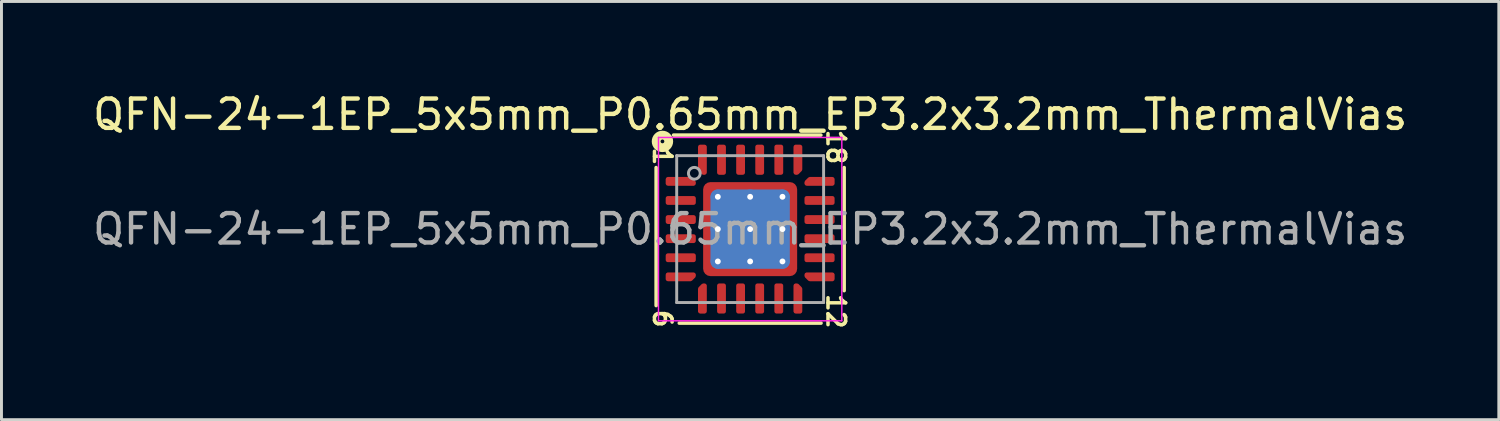
<source format=kicad_pcb>
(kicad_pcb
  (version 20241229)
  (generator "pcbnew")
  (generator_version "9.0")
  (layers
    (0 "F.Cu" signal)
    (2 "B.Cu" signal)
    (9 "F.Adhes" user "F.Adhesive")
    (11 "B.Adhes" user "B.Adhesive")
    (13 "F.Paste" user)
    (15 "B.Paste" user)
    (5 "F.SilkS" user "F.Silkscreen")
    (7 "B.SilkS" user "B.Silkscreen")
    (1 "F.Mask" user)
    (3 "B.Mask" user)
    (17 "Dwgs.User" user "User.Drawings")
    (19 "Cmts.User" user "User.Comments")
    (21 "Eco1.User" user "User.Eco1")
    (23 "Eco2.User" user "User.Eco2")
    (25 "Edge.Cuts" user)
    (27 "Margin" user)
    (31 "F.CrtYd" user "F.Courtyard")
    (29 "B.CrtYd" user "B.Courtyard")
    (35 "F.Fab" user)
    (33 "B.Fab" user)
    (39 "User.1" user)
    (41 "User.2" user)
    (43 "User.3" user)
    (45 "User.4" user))
  (footprint "QFN-24-1EP_5x5mm_P0.65mm_EP3.2x3.2mm_ThermalVias"
    (layer "F.Cu")
    (at 22.482 4.748)
    (property "Reference" "QFN-24-1EP_5x5mm_P0.65mm_EP3.2x3.2mm_ThermalVias" (at 0 -3.9 0) (layer "F.SilkS") (effects (font (size 1 1) (thickness 0.15))))
    (attr smd)
    (fp_line (start -3.2 -2.095) (end -3.2 2.603) (stroke (width 0.12) (type solid)) (layer "F.SilkS"))
    (fp_line (start -2.413 3.2) (end 2.413 3.2) (stroke (width 0.12) (type solid)) (layer "F.SilkS"))
    (fp_line (start 2.408 -3.2) (end -2.608 -3.2) (stroke (width 0.12) (type solid)) (layer "F.SilkS"))
    (fp_line (start 3.2 2.095) (end 3.2 -2.095) (stroke (width 0.12) (type solid)) (layer "F.SilkS"))
    (fp_circle (center -2.985 -2.985) (end -2.921 -2.985) (stroke (width 0.3) (type solid)) (fill no) (layer "F.SilkS"))
    (fp_line (start -3.12 -3.12) (end -3.12 3.12) (stroke (width 0.05) (type solid)) (layer "F.CrtYd"))
    (fp_line (start -3.12 3.12) (end 3.12 3.12) (stroke (width 0.05) (type solid)) (layer "F.CrtYd"))
    (fp_line (start 3.12 -3.12) (end -3.12 -3.12) (stroke (width 0.05) (type solid)) (layer "F.CrtYd"))
    (fp_line (start 3.12 3.12) (end 3.12 -3.12) (stroke (width 0.05) (type solid)) (layer "F.CrtYd"))
    (fp_line (start -2.5 -2.5) (end 2.5 -2.5) (stroke (width 0.1) (type solid)) (layer "F.Fab"))
    (fp_line (start -2.5 2.5) (end -2.5 -2.5) (stroke (width 0.1) (type solid)) (layer "F.Fab"))
    (fp_line (start 2.5 -2.5) (end 2.5 2.5) (stroke (width 0.1) (type solid)) (layer "F.Fab"))
    (fp_line (start 2.5 2.5) (end -2.5 2.5) (stroke (width 0.1) (type solid)) (layer "F.Fab"))
    (fp_circle (center -1.9 -1.9) (end -1.7 -1.9) (stroke (width 0.1) (type solid)) (fill no) (layer "F.Fab"))
    (fp_text user "12" (at 2.921 2.794 270) (unlocked yes) (layer "F.SilkS") (effects (font (size 0.6 0.6) (thickness 0.12))))
    (fp_text user "18" (at 2.921 -2.794 270) (unlocked yes) (layer "F.SilkS") (effects (font (size 0.6 0.6) (thickness 0.12))))
    (fp_text user "6" (at -2.985 3.048 270) (unlocked yes) (layer "F.SilkS") (effects (font (size 0.6 0.6) (thickness 0.12))))
    (fp_text user "1" (at -2.985 -2.477 270) (unlocked yes) (layer "F.SilkS") (effects (font (size 0.6 0.6) (thickness 0.12))))
    (fp_text user "${REFERENCE}" (at 0 0 0) (layer "F.Fab") (effects (font (size 1 1) (thickness 0.15))))
    (pad "" smd custom (at -1.35 -1.35) (size 0.272 0.272) (layers "F.Paste") (options (anchor circle)) (primitives (gr_poly (pts (xy 0.101 -0.026) (xy -0.026 0.101) (xy -0.101 0.101) (xy -0.101 -0.101) (xy 0.101 -0.101)) (width 0.202) (fill yes))))
    (pad "" smd custom (at -1.35 -0.55) (size 0.313 0.313) (layers "F.Paste") (options (anchor circle)) (primitives (gr_poly (pts (xy 0.111 -0.278) (xy 0.111 0.278) (xy 0.036 0.353) (xy -0.111 0.353) (xy -0.111 -0.353) (xy 0.036 -0.353)) (width 0.181) (fill yes))))
    (pad "" smd custom (at -1.35 0.55) (size 0.313 0.313) (layers "F.Paste") (options (anchor circle)) (primitives (gr_poly (pts (xy 0.111 -0.278) (xy 0.111 0.278) (xy 0.036 0.353) (xy -0.111 0.353) (xy -0.111 -0.353) (xy 0.036 -0.353)) (width 0.181) (fill yes))))
    (pad "" smd custom (at -1.35 1.35) (size 0.272 0.272) (layers "F.Paste") (options (anchor circle)) (primitives (gr_poly (pts (xy 0.101 0.026) (xy 0.101 0.101) (xy -0.101 0.101) (xy -0.101 -0.101) (xy -0.026 -0.101)) (width 0.202) (fill yes))))
    (pad "" smd custom (at -0.55 -1.35) (size 0.313 0.313) (layers "F.Paste") (options (anchor circle)) (primitives (gr_poly (pts (xy 0.353 0.036) (xy 0.278 0.111) (xy -0.278 0.111) (xy -0.353 0.036) (xy -0.353 -0.111) (xy 0.353 -0.111)) (width 0.181) (fill yes))))
    (pad "" smd roundrect (at -0.55 -0.55) (size 0.887 0.887) (layers "F.Paste") (roundrect_rratio 0.25))
    (pad "" smd roundrect (at -0.55 0.55) (size 0.887 0.887) (layers "F.Paste") (roundrect_rratio 0.25))
    (pad "" smd custom (at -0.55 1.35) (size 0.313 0.313) (layers "F.Paste") (options (anchor circle)) (primitives (gr_poly (pts (xy 0.353 -0.036) (xy 0.353 0.111) (xy -0.353 0.111) (xy -0.353 -0.036) (xy -0.278 -0.111) (xy 0.278 -0.111)) (width 0.181) (fill yes))))
    (pad "" smd custom (at 0.55 -1.35) (size 0.313 0.313) (layers "F.Paste") (options (anchor circle)) (primitives (gr_poly (pts (xy 0.353 0.036) (xy 0.278 0.111) (xy -0.278 0.111) (xy -0.353 0.036) (xy -0.353 -0.111) (xy 0.353 -0.111)) (width 0.181) (fill yes))))
    (pad "" smd roundrect (at 0.55 -0.55) (size 0.887 0.887) (layers "F.Paste") (roundrect_rratio 0.25))
    (pad "" smd roundrect (at 0.55 0.55) (size 0.887 0.887) (layers "F.Paste") (roundrect_rratio 0.25))
    (pad "" smd custom (at 0.55 1.35) (size 0.313 0.313) (layers "F.Paste") (options (anchor circle)) (primitives (gr_poly (pts (xy 0.353 -0.036) (xy 0.353 0.111) (xy -0.353 0.111) (xy -0.353 -0.036) (xy -0.278 -0.111) (xy 0.278 -0.111)) (width 0.181) (fill yes))))
    (pad "" smd custom (at 1.35 -1.35) (size 0.272 0.272) (layers "F.Paste") (options (anchor circle)) (primitives (gr_poly (pts (xy 0.101 0.101) (xy 0.026 0.101) (xy -0.101 -0.026) (xy -0.101 -0.101) (xy 0.101 -0.101)) (width 0.202) (fill yes))))
    (pad "" smd custom (at 1.35 -0.55) (size 0.313 0.313) (layers "F.Paste") (options (anchor circle)) (primitives (gr_poly (pts (xy 0.111 0.353) (xy -0.036 0.353) (xy -0.111 0.278) (xy -0.111 -0.278) (xy -0.036 -0.353) (xy 0.111 -0.353)) (width 0.181) (fill yes))))
    (pad "" smd custom (at 1.35 0.55) (size 0.313 0.313) (layers "F.Paste") (options (anchor circle)) (primitives (gr_poly (pts (xy 0.111 0.353) (xy -0.036 0.353) (xy -0.111 0.278) (xy -0.111 -0.278) (xy -0.036 -0.353) (xy 0.111 -0.353)) (width 0.181) (fill yes))))
    (pad "" smd custom (at 1.35 1.35) (size 0.272 0.272) (layers "F.Paste") (options (anchor circle)) (primitives (gr_poly (pts (xy 0.101 0.101) (xy -0.101 0.101) (xy -0.101 0.026) (xy 0.026 -0.101) (xy 0.101 -0.101)) (width 0.202) (fill yes))))
    (pad "1" smd custom (at -2.362 -1.625) (size 0.194 0.194) (layers "F.Cu" "F.Mask" "F.Paste") (options (anchor circle)) (primitives (gr_poly (pts (xy 0.438 0.031) (xy 0.438 0.075) (xy -0.438 0.075) (xy -0.438 -0.075) (xy 0.331 -0.075)) (width 0.15) (fill yes))))
    (pad "2" smd roundrect (at -2.362 -0.975) (size 1.025 0.3) (layers "F.Cu" "F.Mask" "F.Paste") (roundrect_rratio 0.25))
    (pad "3" smd roundrect (at -2.362 -0.325) (size 1.025 0.3) (layers "F.Cu" "F.Mask" "F.Paste") (roundrect_rratio 0.25))
    (pad "4" smd roundrect (at -2.362 0.325) (size 1.025 0.3) (layers "F.Cu" "F.Mask" "F.Paste") (roundrect_rratio 0.25))
    (pad "5" smd roundrect (at -2.362 0.975) (size 1.025 0.3) (layers "F.Cu" "F.Mask" "F.Paste") (roundrect_rratio 0.25))
    (pad "6" smd custom (at -2.362 1.625) (size 0.194 0.194) (layers "F.Cu" "F.Mask" "F.Paste") (options (anchor circle)) (primitives (gr_poly (pts (xy 0.438 -0.031) (xy 0.331 0.075) (xy -0.438 0.075) (xy -0.438 -0.075) (xy 0.438 -0.075)) (width 0.15) (fill yes))))
    (pad "7" smd custom (at -1.625 2.362) (size 0.194 0.194) (layers "F.Cu" "F.Mask" "F.Paste") (options (anchor circle)) (primitives (gr_poly (pts (xy 0.075 0.438) (xy -0.075 0.438) (xy -0.075 -0.331) (xy 0.031 -0.438) (xy 0.075 -0.438)) (width 0.15) (fill yes))))
    (pad "8" smd roundrect (at -0.975 2.362) (size 0.3 1.025) (layers "F.Cu" "F.Mask" "F.Paste") (roundrect_rratio 0.25))
    (pad "9" smd roundrect (at -0.325 2.362) (size 0.3 1.025) (layers "F.Cu" "F.Mask" "F.Paste") (roundrect_rratio 0.25))
    (pad "10" smd roundrect (at 0.325 2.362) (size 0.3 1.025) (layers "F.Cu" "F.Mask" "F.Paste") (roundrect_rratio 0.25))
    (pad "11" smd roundrect (at 0.975 2.362) (size 0.3 1.025) (layers "F.Cu" "F.Mask" "F.Paste") (roundrect_rratio 0.25))
    (pad "12" smd custom (at 1.625 2.362) (size 0.194 0.194) (layers "F.Cu" "F.Mask" "F.Paste") (options (anchor circle)) (primitives (gr_poly (pts (xy 0.075 -0.331) (xy 0.075 0.438) (xy -0.075 0.438) (xy -0.075 -0.438) (xy -0.031 -0.438)) (width 0.15) (fill yes))))
    (pad "13" smd custom (at 2.362 1.625) (size 0.194 0.194) (layers "F.Cu" "F.Mask" "F.Paste") (options (anchor circle)) (primitives (gr_poly (pts (xy 0.438 0.075) (xy -0.331 0.075) (xy -0.438 -0.031) (xy -0.438 -0.075) (xy 0.438 -0.075)) (width 0.15) (fill yes))))
    (pad "14" smd roundrect (at 2.362 0.975) (size 1.025 0.3) (layers "F.Cu" "F.Mask" "F.Paste") (roundrect_rratio 0.25))
    (pad "15" smd roundrect (at 2.362 0.325) (size 1.025 0.3) (layers "F.Cu" "F.Mask" "F.Paste") (roundrect_rratio 0.25))
    (pad "16" smd roundrect (at 2.362 -0.325) (size 1.025 0.3) (layers "F.Cu" "F.Mask" "F.Paste") (roundrect_rratio 0.25))
    (pad "17" smd roundrect (at 2.362 -0.975) (size 1.025 0.3) (layers "F.Cu" "F.Mask" "F.Paste") (roundrect_rratio 0.25))
    (pad "18" smd custom (at 2.362 -1.625) (size 0.194 0.194) (layers "F.Cu" "F.Mask" "F.Paste") (options (anchor circle)) (primitives (gr_poly (pts (xy 0.438 0.075) (xy -0.438 0.075) (xy -0.438 0.031) (xy -0.331 -0.075) (xy 0.438 -0.075)) (width 0.15) (fill yes))))
    (pad "19" smd custom (at 1.625 -2.362) (size 0.194 0.194) (layers "F.Cu" "F.Mask" "F.Paste") (options (anchor circle)) (primitives (gr_poly (pts (xy 0.075 0.331) (xy -0.031 0.438) (xy -0.075 0.438) (xy -0.075 -0.438) (xy 0.075 -0.438)) (width 0.15) (fill yes))))
    (pad "20" smd roundrect (at 0.975 -2.362) (size 0.3 1.025) (layers "F.Cu" "F.Mask" "F.Paste") (roundrect_rratio 0.25))
    (pad "21" smd roundrect (at 0.325 -2.362) (size 0.3 1.025) (layers "F.Cu" "F.Mask" "F.Paste") (roundrect_rratio 0.25))
    (pad "22" smd roundrect (at -0.325 -2.362) (size 0.3 1.025) (layers "F.Cu" "F.Mask" "F.Paste") (roundrect_rratio 0.25))
    (pad "23" smd roundrect (at -0.975 -2.362) (size 0.3 1.025) (layers "F.Cu" "F.Mask" "F.Paste") (roundrect_rratio 0.25))
    (pad "24" smd custom (at -1.625 -2.362) (size 0.194 0.194) (layers "F.Cu" "F.Mask" "F.Paste") (options (anchor circle)) (primitives (gr_poly (pts (xy 0.075 0.438) (xy 0.031 0.438) (xy -0.075 0.331) (xy -0.075 -0.438) (xy 0.075 -0.438)) (width 0.15) (fill yes))))
    (pad "25" thru_hole circle (at -1.1 -1.1) (size 0.5 0.5) (drill 0.2) (property pad_prop_heatsink) (layers "*.Cu"))
    (pad "25" thru_hole circle (at -1.1 0) (size 0.5 0.5) (drill 0.2) (property pad_prop_heatsink) (layers "*.Cu"))
    (pad "25" thru_hole circle (at -1.1 1.1) (size 0.5 0.5) (drill 0.2) (property pad_prop_heatsink) (layers "*.Cu"))
    (pad "25" thru_hole circle (at 0 -1.1) (size 0.5 0.5) (drill 0.2) (property pad_prop_heatsink) (layers "*.Cu"))
    (pad "25" thru_hole circle (at 0 0) (size 0.5 0.5) (drill 0.2) (property pad_prop_heatsink) (layers "*.Cu"))
    (pad "25" smd roundrect (at 0 0) (size 2.7 2.7) (layers "B.Cu" "B.Mask") (roundrect_rratio 0.093))
    (pad "25" smd roundrect (at 0 0) (size 3.2 3.2) (layers "F.Cu" "F.Mask") (roundrect_rratio 0.078))
    (pad "25" thru_hole circle (at 0 1.1) (size 0.5 0.5) (drill 0.2) (property pad_prop_heatsink) (layers "*.Cu"))
    (pad "25" thru_hole circle (at 1.1 -1.1) (size 0.5 0.5) (drill 0.2) (property pad_prop_heatsink) (layers "*.Cu"))
    (pad "25" thru_hole circle (at 1.1 0) (size 0.5 0.5) (drill 0.2) (property pad_prop_heatsink) (layers "*.Cu"))
    (pad "25" thru_hole circle (at 1.1 1.1) (size 0.5 0.5) (drill 0.2) (property pad_prop_heatsink) (layers "*.Cu")))
  (gr_rect
    (start -3 -3)
    (end 47.964 11.234)
    (stroke (width 0.1) (type default))
    (fill no)
    (layer "Edge.Cuts")))
</source>
